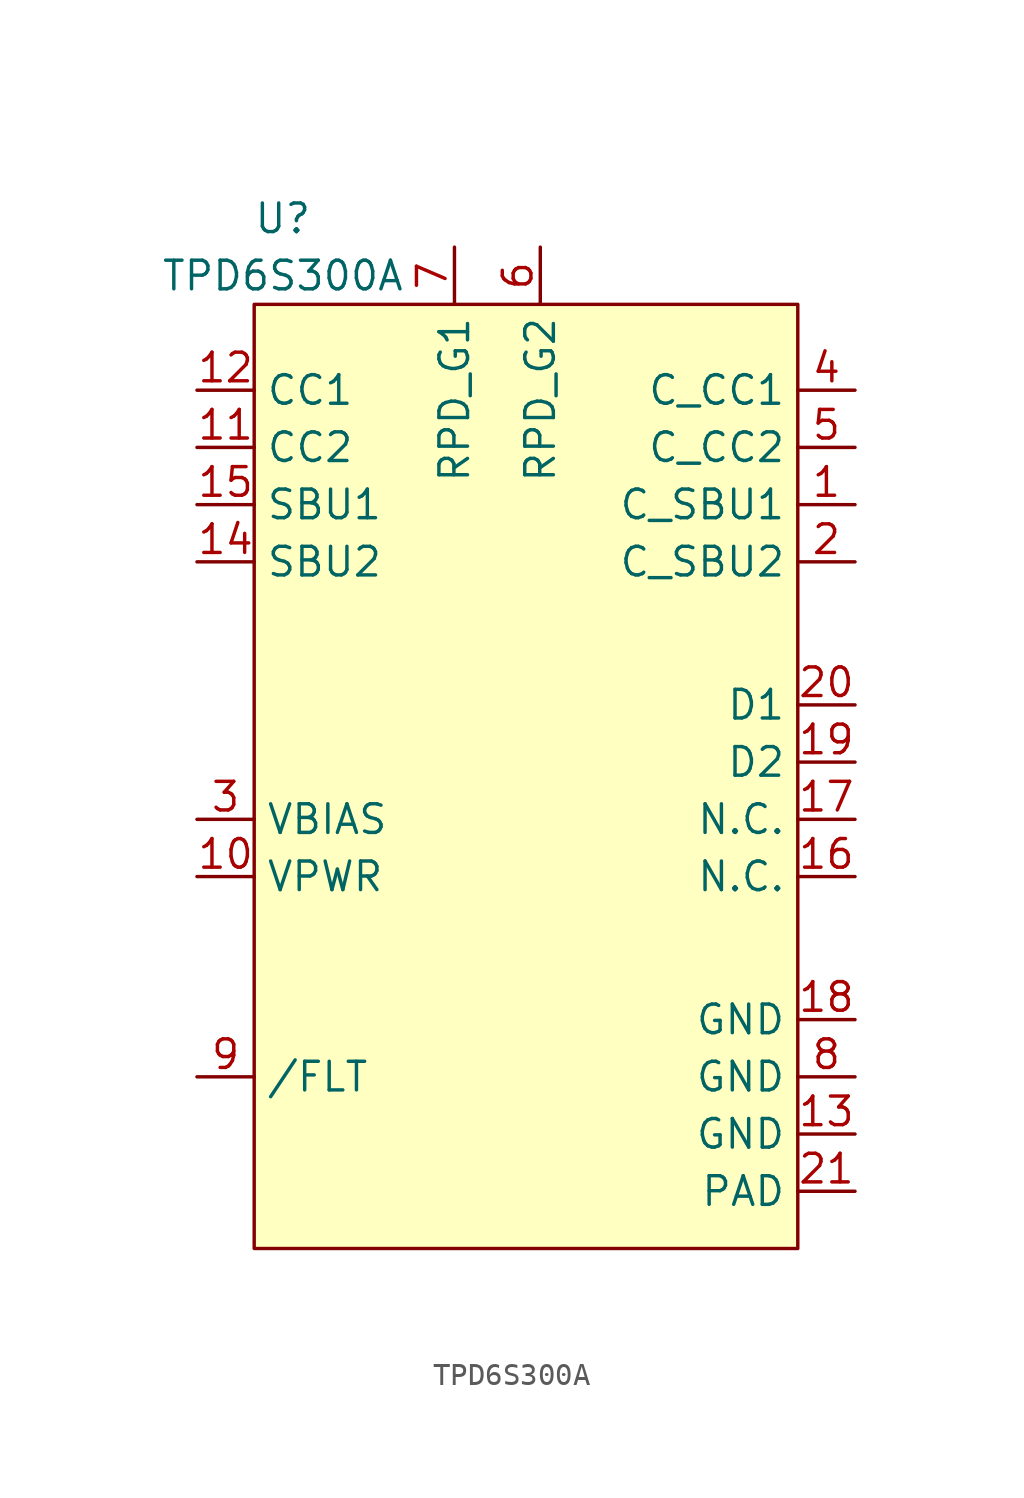
<source format=kicad_sym>
(kicad_symbol_lib
  (version 20211014)
  (generator kicad_symbol_editor)
  (symbol "TPD6S300A"
    (property "Reference" "U"
      (at -8.89 0 0)
      (effects (font (size 1.27 1.27))))
    (property "Value" "TPD6S300A"
      (at -8.89 -2.54 0)
      (effects (font (size 1.27 1.27))))
    (symbol "TPD6S300A_0_1"
      (rectangle (start -10.16 -3.81) (end 13.97 -45.72) (stroke (width 0.152) (type default) (color 0 0 0 0)) (fill (type background))))
    (symbol "TPD6S300A_1_1"
      (pin input line (at 16.51 -12.7 180) (length 2.54) (name "C_SBU1" (effects (font (size 1.27 1.27)))) (number "1" (effects (font (size 1.27 1.27)))))
      (pin input line (at -12.7 -29.21 0) (length 2.54) (name "VPWR" (effects (font (size 1.27 1.27)))) (number "10" (effects (font (size 1.27 1.27)))))
      (pin input line (at -12.7 -10.16 0) (length 2.54) (name "CC2" (effects (font (size 1.27 1.27)))) (number "11" (effects (font (size 1.27 1.27)))))
      (pin input line (at -12.7 -7.62 0) (length 2.54) (name "CC1" (effects (font (size 1.27 1.27)))) (number "12" (effects (font (size 1.27 1.27)))))
      (pin input line (at 16.51 -40.64 180) (length 2.54) (name "GND" (effects (font (size 1.27 1.27)))) (number "13" (effects (font (size 1.27 1.27)))))
      (pin input line (at -12.7 -15.24 0) (length 2.54) (name "SBU2" (effects (font (size 1.27 1.27)))) (number "14" (effects (font (size 1.27 1.27)))))
      (pin input line (at -12.7 -12.7 0) (length 2.54) (name "SBU1" (effects (font (size 1.27 1.27)))) (number "15" (effects (font (size 1.27 1.27)))))
      (pin input line (at 16.51 -29.21 180) (length 2.54) (name "N.C." (effects (font (size 1.27 1.27)))) (number "16" (effects (font (size 1.27 1.27)))))
      (pin input line (at 16.51 -26.67 180) (length 2.54) (name "N.C." (effects (font (size 1.27 1.27)))) (number "17" (effects (font (size 1.27 1.27)))))
      (pin input line (at 16.51 -35.56 180) (length 2.54) (name "GND" (effects (font (size 1.27 1.27)))) (number "18" (effects (font (size 1.27 1.27)))))
      (pin input line (at 16.51 -24.13 180) (length 2.54) (name "D2" (effects (font (size 1.27 1.27)))) (number "19" (effects (font (size 1.27 1.27)))))
      (pin input line (at 16.51 -15.24 180) (length 2.54) (name "C_SBU2" (effects (font (size 1.27 1.27)))) (number "2" (effects (font (size 1.27 1.27)))))
      (pin input line (at 16.51 -21.59 180) (length 2.54) (name "D1" (effects (font (size 1.27 1.27)))) (number "20" (effects (font (size 1.27 1.27)))))
      (pin input line (at 16.51 -43.18 180) (length 2.54) (name "PAD" (effects (font (size 1.27 1.27)))) (number "21" (effects (font (size 1.27 1.27)))))
      (pin input line (at -12.7 -26.67 0) (length 2.54) (name "VBIAS" (effects (font (size 1.27 1.27)))) (number "3" (effects (font (size 1.27 1.27)))))
      (pin input line (at 16.51 -7.62 180) (length 2.54) (name "C_CC1" (effects (font (size 1.27 1.27)))) (number "4" (effects (font (size 1.27 1.27)))))
      (pin input line (at 16.51 -10.16 180) (length 2.54) (name "C_CC2" (effects (font (size 1.27 1.27)))) (number "5" (effects (font (size 1.27 1.27)))))
      (pin input line (at 2.54 -1.27 270) (length 2.54) (name "RPD_G2" (effects (font (size 1.27 1.27)))) (number "6" (effects (font (size 1.27 1.27)))))
      (pin input line (at -1.27 -1.27 270) (length 2.54) (name "RPD_G1" (effects (font (size 1.27 1.27)))) (number "7" (effects (font (size 1.27 1.27)))))
      (pin input line (at 16.51 -38.1 180) (length 2.54) (name "GND" (effects (font (size 1.27 1.27)))) (number "8" (effects (font (size 1.27 1.27)))))
      (pin input line (at -12.7 -38.1 0) (length 2.54) (name "/FLT" (effects (font (size 1.27 1.27)))) (number "9" (effects (font (size 1.27 1.27))))))))
</source>
